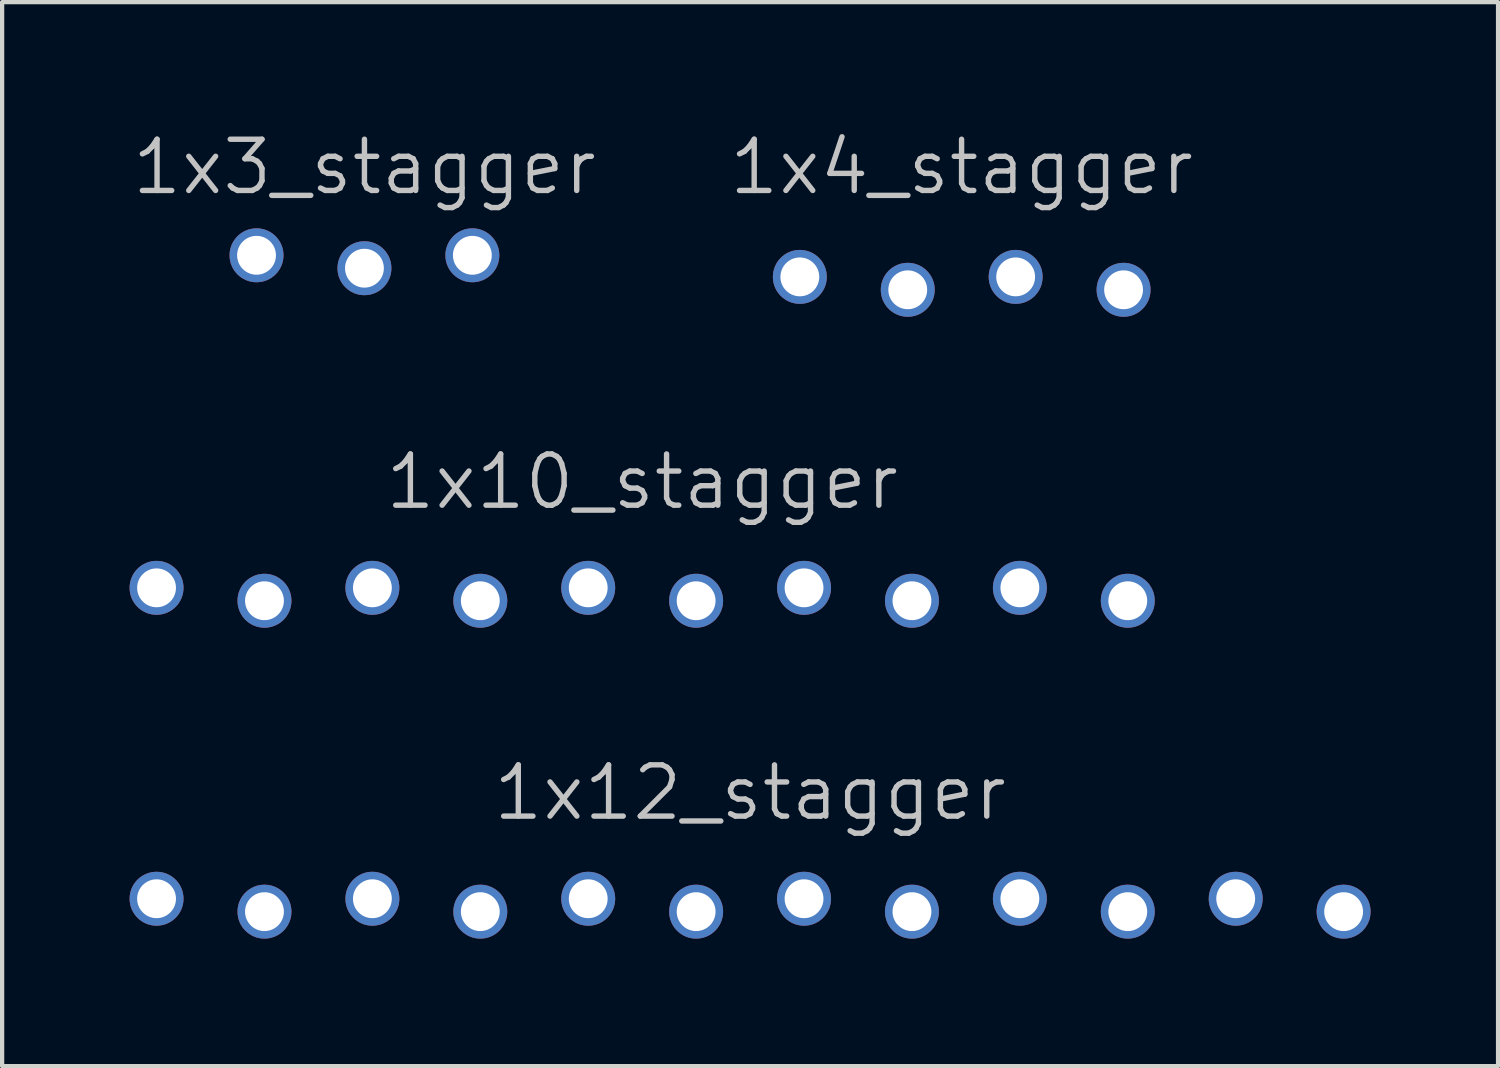
<source format=kicad_pcb>
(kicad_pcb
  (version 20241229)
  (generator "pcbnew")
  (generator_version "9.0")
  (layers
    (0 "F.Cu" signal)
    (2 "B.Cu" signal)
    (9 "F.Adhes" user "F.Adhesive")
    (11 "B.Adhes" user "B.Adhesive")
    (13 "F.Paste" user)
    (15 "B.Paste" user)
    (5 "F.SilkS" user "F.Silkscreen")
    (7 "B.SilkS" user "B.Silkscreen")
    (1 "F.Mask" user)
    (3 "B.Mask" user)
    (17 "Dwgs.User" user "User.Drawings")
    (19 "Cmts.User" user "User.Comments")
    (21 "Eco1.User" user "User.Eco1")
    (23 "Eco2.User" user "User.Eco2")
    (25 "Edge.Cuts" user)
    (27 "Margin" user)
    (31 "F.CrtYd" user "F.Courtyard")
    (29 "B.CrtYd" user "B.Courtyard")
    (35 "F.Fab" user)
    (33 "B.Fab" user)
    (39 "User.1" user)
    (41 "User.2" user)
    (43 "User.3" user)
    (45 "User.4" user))
  (footprint "1x3_stagger"
    (layer "F.Cu")
    (at 5.528 3.111)
    (property "Reference" "1x3_stagger" (at 0 -1.524 180) (layer "Dwgs.User") (effects (font (size 1.206 1.206) (thickness 0.127)) (justify bottom)))
    (attr through_hole)
    (fp_poly (pts (xy -2.857 -0.318) (xy -2.857 0.318) (xy -2.223 0.318) (xy -2.223 -0.318)) (stroke (width 0.000254) (type solid)) (fill no) (layer "Dwgs.User"))
    (fp_poly (pts (xy -0.318 -0.318) (xy -0.318 0.318) (xy 0.318 0.318) (xy 0.318 -0.318)) (stroke (width 0.000254) (type solid)) (fill no) (layer "Dwgs.User"))
    (fp_poly (pts (xy 2.223 -0.318) (xy 2.223 0.318) (xy 2.857 0.318) (xy 2.857 -0.318)) (stroke (width 0.000254) (type solid)) (fill no) (layer "Dwgs.User"))
    (pad "1" thru_hole circle (at -2.54 -0.152) (size 1.27 1.27) (drill 0.914) (layers "*.Cu" "*.Mask"))
    (pad "2" thru_hole circle (at 0 0.152) (size 1.27 1.27) (drill 0.914) (layers "*.Cu" "*.Mask"))
    (pad "3" thru_hole circle (at 2.54 -0.152) (size 1.27 1.27) (drill 0.914) (layers "*.Cu" "*.Mask")))
  (footprint "1x12_stagger"
    (layer "F.Cu")
    (at 14.605 18.256)
    (property "Reference" "1x12_stagger" (at 0 -1.943 180) (layer "Dwgs.User") (effects (font (size 1.206 1.206) (thickness 0.127)) (justify bottom)))
    (attr through_hole)
    (fp_poly (pts (xy -14.287 -0.318) (xy -14.287 0.318) (xy -13.652 0.318) (xy -13.652 -0.318)) (stroke (width 0.000254) (type solid)) (fill no) (layer "Dwgs.User"))
    (fp_poly (pts (xy -11.748 -0.318) (xy -11.748 0.318) (xy -11.113 0.318) (xy -11.113 -0.318)) (stroke (width 0.000254) (type solid)) (fill no) (layer "Dwgs.User"))
    (fp_poly (pts (xy -9.207 -0.318) (xy -9.207 0.318) (xy -8.572 0.318) (xy -8.572 -0.318)) (stroke (width 0.000254) (type solid)) (fill no) (layer "Dwgs.User"))
    (fp_poly (pts (xy -6.668 -0.318) (xy -6.668 0.318) (xy -6.032 0.318) (xy -6.032 -0.318)) (stroke (width 0.000254) (type solid)) (fill no) (layer "Dwgs.User"))
    (fp_poly (pts (xy -4.128 -0.318) (xy -4.128 0.318) (xy -3.493 0.318) (xy -3.493 -0.318)) (stroke (width 0.000254) (type solid)) (fill no) (layer "Dwgs.User"))
    (fp_poly (pts (xy -1.587 -0.318) (xy -1.587 0.318) (xy -0.953 0.318) (xy -0.953 -0.318)) (stroke (width 0.000254) (type solid)) (fill no) (layer "Dwgs.User"))
    (fp_poly (pts (xy 0.953 -0.318) (xy 0.953 0.318) (xy 1.587 0.318) (xy 1.587 -0.318)) (stroke (width 0.000254) (type solid)) (fill no) (layer "Dwgs.User"))
    (fp_poly (pts (xy 3.493 -0.318) (xy 3.493 0.318) (xy 4.128 0.318) (xy 4.128 -0.318)) (stroke (width 0.000254) (type solid)) (fill no) (layer "Dwgs.User"))
    (fp_poly (pts (xy 6.032 -0.318) (xy 6.032 0.318) (xy 6.668 0.318) (xy 6.668 -0.318)) (stroke (width 0.000254) (type solid)) (fill no) (layer "Dwgs.User"))
    (fp_poly (pts (xy 8.572 -0.318) (xy 8.572 0.318) (xy 9.207 0.318) (xy 9.207 -0.318)) (stroke (width 0.000254) (type solid)) (fill no) (layer "Dwgs.User"))
    (fp_poly (pts (xy 11.113 -0.318) (xy 11.113 0.318) (xy 11.748 0.318) (xy 11.748 -0.318)) (stroke (width 0.000254) (type solid)) (fill no) (layer "Dwgs.User"))
    (fp_poly (pts (xy 13.652 -0.318) (xy 13.652 0.318) (xy 14.287 0.318) (xy 14.287 -0.318)) (stroke (width 0.000254) (type solid)) (fill no) (layer "Dwgs.User"))
    (pad "1" thru_hole circle (at -13.97 -0.152) (size 1.27 1.27) (drill 0.914) (layers "*.Cu" "*.Mask"))
    (pad "2" thru_hole circle (at -11.43 0.152) (size 1.27 1.27) (drill 0.914) (layers "*.Cu" "*.Mask"))
    (pad "3" thru_hole circle (at -8.89 -0.152) (size 1.27 1.27) (drill 0.914) (layers "*.Cu" "*.Mask"))
    (pad "4" thru_hole circle (at -6.35 0.152) (size 1.27 1.27) (drill 0.914) (layers "*.Cu" "*.Mask"))
    (pad "5" thru_hole circle (at -3.81 -0.152) (size 1.27 1.27) (drill 0.914) (layers "*.Cu" "*.Mask"))
    (pad "6" thru_hole circle (at -1.27 0.152) (size 1.27 1.27) (drill 0.914) (layers "*.Cu" "*.Mask"))
    (pad "7" thru_hole circle (at 1.27 -0.152) (size 1.27 1.27) (drill 0.914) (layers "*.Cu" "*.Mask"))
    (pad "8" thru_hole circle (at 3.81 0.152) (size 1.27 1.27) (drill 0.914) (layers "*.Cu" "*.Mask"))
    (pad "9" thru_hole circle (at 6.35 -0.152) (size 1.27 1.27) (drill 0.914) (layers "*.Cu" "*.Mask"))
    (pad "10" thru_hole circle (at 8.89 0.152) (size 1.27 1.27) (drill 0.914) (layers "*.Cu" "*.Mask"))
    (pad "11" thru_hole circle (at 11.43 -0.152) (size 1.27 1.27) (drill 0.914) (layers "*.Cu" "*.Mask"))
    (pad "12" thru_hole circle (at 13.97 0.152) (size 1.27 1.27) (drill 0.914) (layers "*.Cu" "*.Mask")))
  (footprint "1x4_stagger"
    (layer "F.Cu")
    (at 19.586 3.619)
    (property "Reference" "1x4_stagger" (at -0.003 -2.032 180) (layer "Dwgs.User") (effects (font (size 1.206 1.206) (thickness 0.127)) (justify bottom)))
    (attr through_hole)
    (fp_poly (pts (xy -4.128 -0.318) (xy -4.128 0.318) (xy -3.493 0.318) (xy -3.493 -0.318)) (stroke (width 0.000254) (type solid)) (fill no) (layer "Dwgs.User"))
    (fp_poly (pts (xy -1.587 -0.318) (xy -1.587 0.318) (xy -0.953 0.318) (xy -0.953 -0.318)) (stroke (width 0.000254) (type solid)) (fill no) (layer "Dwgs.User"))
    (fp_poly (pts (xy 0.953 -0.318) (xy 0.953 0.318) (xy 1.587 0.318) (xy 1.587 -0.318)) (stroke (width 0.000254) (type solid)) (fill no) (layer "Dwgs.User"))
    (fp_poly (pts (xy 3.493 -0.318) (xy 3.493 0.318) (xy 4.128 0.318) (xy 4.128 -0.318)) (stroke (width 0.000254) (type solid)) (fill no) (layer "Dwgs.User"))
    (pad "1" thru_hole circle (at -3.81 -0.152) (size 1.27 1.27) (drill 0.914) (layers "*.Cu" "*.Mask"))
    (pad "2" thru_hole circle (at -1.27 0.152) (size 1.27 1.27) (drill 0.914) (layers "*.Cu" "*.Mask"))
    (pad "3" thru_hole circle (at 1.27 -0.152) (size 1.27 1.27) (drill 0.914) (layers "*.Cu" "*.Mask"))
    (pad "4" thru_hole circle (at 3.81 0.152) (size 1.27 1.27) (drill 0.914) (layers "*.Cu" "*.Mask")))
  (footprint "1x10_stagger"
    (layer "F.Cu")
    (at 12.065 10.938)
    (property "Reference" "1x10_stagger" (at 0 -1.943 180) (layer "Dwgs.User") (effects (font (size 1.206 1.206) (thickness 0.127)) (justify bottom)))
    (attr through_hole)
    (fp_poly (pts (xy -11.748 -0.318) (xy -11.748 0.318) (xy -11.113 0.318) (xy -11.113 -0.318)) (stroke (width 0.000254) (type solid)) (fill no) (layer "Dwgs.User"))
    (fp_poly (pts (xy -9.207 -0.318) (xy -9.207 0.318) (xy -8.572 0.318) (xy -8.572 -0.318)) (stroke (width 0.000254) (type solid)) (fill no) (layer "Dwgs.User"))
    (fp_poly (pts (xy -6.668 -0.318) (xy -6.668 0.318) (xy -6.032 0.318) (xy -6.032 -0.318)) (stroke (width 0.000254) (type solid)) (fill no) (layer "Dwgs.User"))
    (fp_poly (pts (xy -4.128 -0.318) (xy -4.128 0.318) (xy -3.493 0.318) (xy -3.493 -0.318)) (stroke (width 0.000254) (type solid)) (fill no) (layer "Dwgs.User"))
    (fp_poly (pts (xy -1.587 -0.318) (xy -1.587 0.318) (xy -0.953 0.318) (xy -0.953 -0.318)) (stroke (width 0.000254) (type solid)) (fill no) (layer "Dwgs.User"))
    (fp_poly (pts (xy 0.953 -0.318) (xy 0.953 0.318) (xy 1.587 0.318) (xy 1.587 -0.318)) (stroke (width 0.000254) (type solid)) (fill no) (layer "Dwgs.User"))
    (fp_poly (pts (xy 3.493 -0.318) (xy 3.493 0.318) (xy 4.128 0.318) (xy 4.128 -0.318)) (stroke (width 0.000254) (type solid)) (fill no) (layer "Dwgs.User"))
    (fp_poly (pts (xy 6.032 -0.318) (xy 6.032 0.318) (xy 6.668 0.318) (xy 6.668 -0.318)) (stroke (width 0.000254) (type solid)) (fill no) (layer "Dwgs.User"))
    (fp_poly (pts (xy 8.572 -0.318) (xy 8.572 0.318) (xy 9.207 0.318) (xy 9.207 -0.318)) (stroke (width 0.000254) (type solid)) (fill no) (layer "Dwgs.User"))
    (fp_poly (pts (xy 11.113 -0.318) (xy 11.113 0.318) (xy 11.748 0.318) (xy 11.748 -0.318)) (stroke (width 0.000254) (type solid)) (fill no) (layer "Dwgs.User"))
    (pad "1" thru_hole circle (at -11.43 -0.152) (size 1.27 1.27) (drill 0.914) (layers "*.Cu" "*.Mask"))
    (pad "2" thru_hole circle (at -8.89 0.152) (size 1.27 1.27) (drill 0.914) (layers "*.Cu" "*.Mask"))
    (pad "3" thru_hole circle (at -6.35 -0.152) (size 1.27 1.27) (drill 0.914) (layers "*.Cu" "*.Mask"))
    (pad "4" thru_hole circle (at -3.81 0.152) (size 1.27 1.27) (drill 0.914) (layers "*.Cu" "*.Mask"))
    (pad "5" thru_hole circle (at -1.27 -0.152) (size 1.27 1.27) (drill 0.914) (layers "*.Cu" "*.Mask"))
    (pad "6" thru_hole circle (at 1.27 0.152) (size 1.27 1.27) (drill 0.914) (layers "*.Cu" "*.Mask"))
    (pad "7" thru_hole circle (at 3.81 -0.152) (size 1.27 1.27) (drill 0.914) (layers "*.Cu" "*.Mask"))
    (pad "8" thru_hole circle (at 6.35 0.152) (size 1.27 1.27) (drill 0.914) (layers "*.Cu" "*.Mask"))
    (pad "9" thru_hole circle (at 8.89 -0.152) (size 1.27 1.27) (drill 0.914) (layers "*.Cu" "*.Mask"))
    (pad "10" thru_hole circle (at 11.43 0.152) (size 1.27 1.27) (drill 0.914) (layers "*.Cu" "*.Mask")))
  (gr_rect
    (start -3 -3)
    (end 32.21 22.043)
    (stroke (width 0.1) (type default))
    (fill no)
    (layer "Edge.Cuts")))
</source>
